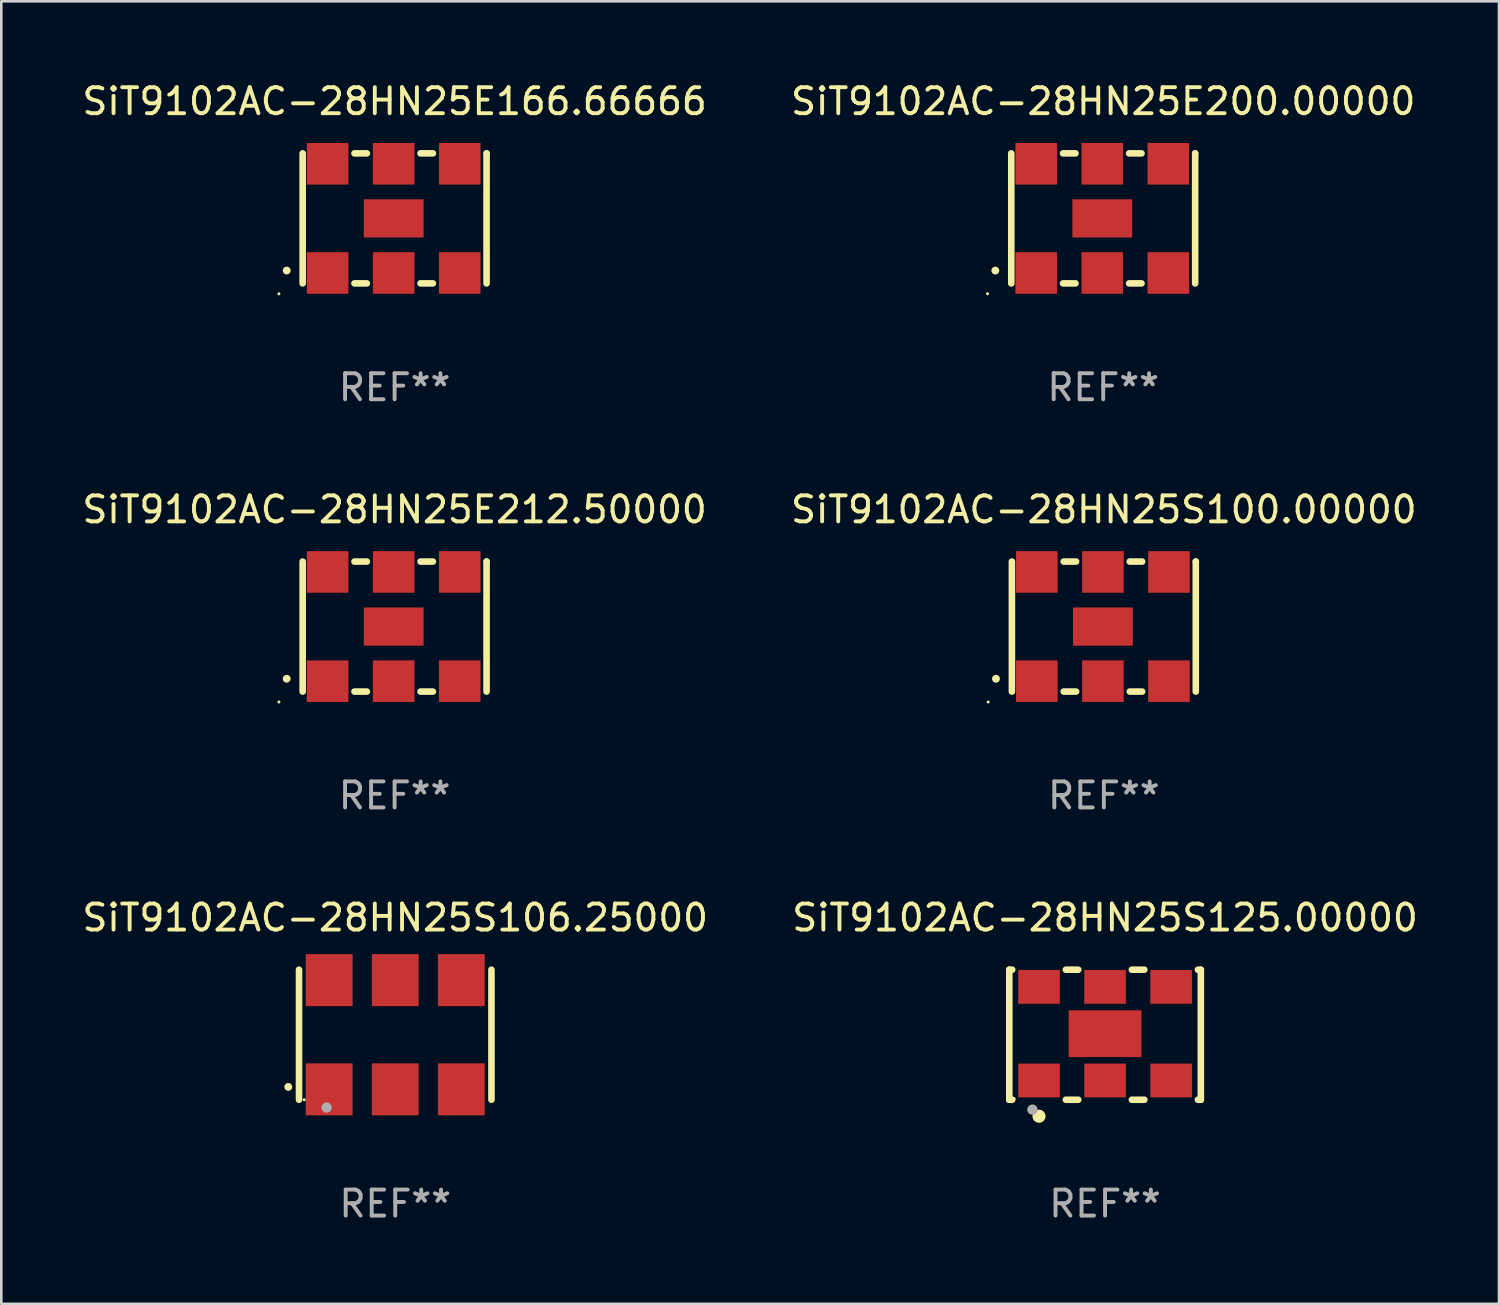
<source format=kicad_pcb>
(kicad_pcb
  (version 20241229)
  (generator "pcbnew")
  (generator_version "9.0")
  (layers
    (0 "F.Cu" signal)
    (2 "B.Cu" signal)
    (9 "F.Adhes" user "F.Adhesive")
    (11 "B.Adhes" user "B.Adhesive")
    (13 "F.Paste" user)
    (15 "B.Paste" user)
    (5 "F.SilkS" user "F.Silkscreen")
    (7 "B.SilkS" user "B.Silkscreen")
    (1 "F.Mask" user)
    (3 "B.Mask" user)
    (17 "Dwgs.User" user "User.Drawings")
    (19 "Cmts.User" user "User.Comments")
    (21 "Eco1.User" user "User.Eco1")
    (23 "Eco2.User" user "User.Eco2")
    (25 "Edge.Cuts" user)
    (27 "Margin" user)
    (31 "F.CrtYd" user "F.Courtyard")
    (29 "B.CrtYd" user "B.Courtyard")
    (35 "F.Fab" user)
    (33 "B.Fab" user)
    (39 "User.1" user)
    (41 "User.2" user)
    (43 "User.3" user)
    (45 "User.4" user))
  (footprint "SiT9102AC-28HN25S125.00000"
    (layer "F.Cu")
    (at 39.446 36.741)
    (property "Reference" "SiT9102AC-28HN25S125.00000" (at 0 -4.5 0) (layer "F.SilkS") (effects (font (size 1 1) (thickness 0.15))))
    (attr through_hole)
    (fp_line (start -3.683 -2.5) (end -3.571 -2.5) (stroke (width 0.254) (type solid)) (layer "F.SilkS"))
    (fp_line (start -3.683 2.5) (end -3.683 -2.5) (stroke (width 0.254) (type solid)) (layer "F.SilkS"))
    (fp_line (start -3.683 2.5) (end -3.571 2.5) (stroke (width 0.254) (type solid)) (layer "F.SilkS"))
    (fp_line (start -1.509 -2.5) (end -1.031 -2.5) (stroke (width 0.254) (type solid)) (layer "F.SilkS"))
    (fp_line (start -1.509 2.5) (end -1.031 2.5) (stroke (width 0.254) (type solid)) (layer "F.SilkS"))
    (fp_line (start 1.031 -2.5) (end 1.509 -2.5) (stroke (width 0.254) (type solid)) (layer "F.SilkS"))
    (fp_line (start 1.031 2.5) (end 1.509 2.5) (stroke (width 0.254) (type solid)) (layer "F.SilkS"))
    (fp_line (start 3.571 -2.5) (end 3.683 -2.5) (stroke (width 0.254) (type solid)) (layer "F.SilkS"))
    (fp_line (start 3.571 2.5) (end 3.683 2.5) (stroke (width 0.254) (type solid)) (layer "F.SilkS"))
    (fp_line (start 3.683 2.5) (end 3.683 -2.5) (stroke (width 0.254) (type solid)) (layer "F.SilkS"))
    (fp_circle (center -3.5 2.46) (end -3.47 2.46) (stroke (width 0.06) (type solid)) (fill no) (layer "F.SilkS"))
    (fp_circle (center -2.54 3.135) (end -2.413 3.135) (stroke (width 0.254) (type solid)) (fill no) (layer "F.SilkS"))
    (fp_circle (center -2.794 2.881) (end -2.694 2.881) (stroke (width 0.2) (type solid)) (fill no) (layer "F.Fab"))
    (fp_text user "REF**" (at 0 6.5 0) (layer "F.Fab") (effects (font (size 1 1) (thickness 0.15))))
    (pad "1" smd rect (at -2.54 1.76) (size 1.6 1.3) (layers "F.Cu" "F.Mask" "F.Paste"))
    (pad "2" smd rect (at 0 1.76) (size 1.6 1.3) (layers "F.Cu" "F.Mask" "F.Paste"))
    (pad "3" smd rect (at 2.54 1.76) (size 1.6 1.3) (layers "F.Cu" "F.Mask" "F.Paste"))
    (pad "4" smd rect (at 2.54 -1.84) (size 1.6 1.3) (layers "F.Cu" "F.Mask" "F.Paste"))
    (pad "5" smd rect (at 0 -1.84) (size 1.6 1.3) (layers "F.Cu" "F.Mask" "F.Paste"))
    (pad "6" smd rect (at -2.54 -1.84) (size 1.6 1.3) (layers "F.Cu" "F.Mask" "F.Paste"))
    (pad "7" smd rect (at 0 -0.04) (size 2.8 1.8) (layers "F.Cu" "F.Mask" "F.Paste")))
  (footprint "SiT9102AC-28HN25S106.25000"
    (layer "F.Cu")
    (at 12.149 36.741)
    (property "Reference" "SiT9102AC-28HN25S106.25000" (at 0 -4.5 0) (layer "F.SilkS") (effects (font (size 1 1) (thickness 0.15))))
    (attr through_hole)
    (fp_line (start -3.7 -2.5) (end -3.7 2.5) (stroke (width 0.254) (type solid)) (layer "F.SilkS"))
    (fp_line (start 3.7 -2.5) (end 3.7 2.5) (stroke (width 0.254) (type solid)) (layer "F.SilkS"))
    (fp_arc (start -4.114415 2.006604) (mid -4.113145 2.006599) (end -4.111875 2.006604) (stroke (width 0.3) (type solid)) (layer "F.SilkS"))
    (fp_circle (center -3.5 2.501) (end -3.47 2.501) (stroke (width 0.06) (type solid)) (fill no) (layer "F.SilkS"))
    (fp_circle (center -2.641 2.799) (end -2.541 2.799) (stroke (width 0.2) (type solid)) (fill no) (layer "F.Fab"))
    (fp_text user "REF**" (at 0 6.5 0) (layer "F.Fab") (effects (font (size 1 1) (thickness 0.15))))
    (pad "1" smd rect (at -2.54 2.1) (size 1.8 2) (layers "F.Cu" "F.Mask" "F.Paste"))
    (pad "2" smd rect (at 0.000394 2.1) (size 1.8 2) (layers "F.Cu" "F.Mask" "F.Paste"))
    (pad "3" smd rect (at 2.54 2.1) (size 1.8 2) (layers "F.Cu" "F.Mask" "F.Paste"))
    (pad "4" smd rect (at 2.54 -2.1) (size 1.8 2) (layers "F.Cu" "F.Mask" "F.Paste"))
    (pad "5" smd rect (at 0.000394 -2.1) (size 1.8 2) (layers "F.Cu" "F.Mask" "F.Paste"))
    (pad "6" smd rect (at -2.54 -2.1) (size 1.8 2) (layers "F.Cu" "F.Mask" "F.Paste")))
  (footprint "SiT9102AC-28HN25E212.50000"
    (layer "F.Cu")
    (at 12.125 21.045)
    (property "Reference" "SiT9102AC-28HN25E212.50000" (at 0 -4.5 0) (layer "F.SilkS") (effects (font (size 1 1) (thickness 0.15))))
    (attr through_hole)
    (fp_line (start -3.536 -2.5) (end -3.536 2.5) (stroke (width 0.254) (type solid)) (layer "F.SilkS"))
    (fp_line (start -1.544 2.5) (end -1.067 2.5) (stroke (width 0.254) (type solid)) (layer "F.SilkS"))
    (fp_line (start -1.067 -2.5) (end -1.544 -2.5) (stroke (width 0.254) (type solid)) (layer "F.SilkS"))
    (fp_line (start 0.996 2.5) (end 1.473 2.5) (stroke (width 0.254) (type solid)) (layer "F.SilkS"))
    (fp_line (start 1.473 -2.5) (end 0.996 -2.5) (stroke (width 0.254) (type solid)) (layer "F.SilkS"))
    (fp_line (start 3.536 -2.5) (end 3.536 -2.5) (stroke (width 0.254) (type solid)) (layer "F.SilkS"))
    (fp_line (start 3.536 2.5) (end 3.536 -2.5) (stroke (width 0.254) (type solid)) (layer "F.SilkS"))
    (fp_arc (start -4.150432 2.006604) (mid -4.149162 2.006599) (end -4.147892 2.006604) (stroke (width 0.3) (type solid)) (layer "F.SilkS"))
    (fp_circle (center -4.449 2.9) (end -4.419 2.9) (stroke (width 0.06) (type solid)) (fill no) (layer "F.SilkS"))
    (fp_text user "REF**" (at 0 6.5 0) (layer "F.Fab") (effects (font (size 1 1) (thickness 0.15))))
    (pad "1" smd rect (at -2.576 2.1) (size 1.6 1.6) (layers "F.Cu" "F.Mask" "F.Paste"))
    (pad "2" smd rect (at -0.036 2.1) (size 1.6 1.6) (layers "F.Cu" "F.Mask" "F.Paste"))
    (pad "3" smd rect (at 2.504 2.1) (size 1.6 1.6) (layers "F.Cu" "F.Mask" "F.Paste"))
    (pad "4" smd rect (at 2.504 -2.1) (size 1.6 1.6) (layers "F.Cu" "F.Mask" "F.Paste"))
    (pad "5" smd rect (at -0.036 -2.1) (size 1.6 1.6) (layers "F.Cu" "F.Mask" "F.Paste"))
    (pad "6" smd rect (at -2.576 -2.1) (size 1.6 1.6) (layers "F.Cu" "F.Mask" "F.Paste"))
    (pad "7" smd rect (at -0.036 0) (size 2.3 1.47) (layers "F.Cu" "F.Mask" "F.Paste")))
  (footprint "SiT9102AC-28HN25E200.00000"
    (layer "F.Cu")
    (at 39.375 5.348)
    (property "Reference" "SiT9102AC-28HN25E200.00000" (at 0 -4.5 0) (layer "F.SilkS") (effects (font (size 1 1) (thickness 0.15))))
    (attr through_hole)
    (fp_line (start -3.536 -2.5) (end -3.536 2.5) (stroke (width 0.254) (type solid)) (layer "F.SilkS"))
    (fp_line (start -1.544 2.5) (end -1.067 2.5) (stroke (width 0.254) (type solid)) (layer "F.SilkS"))
    (fp_line (start -1.067 -2.5) (end -1.544 -2.5) (stroke (width 0.254) (type solid)) (layer "F.SilkS"))
    (fp_line (start 0.996 2.5) (end 1.473 2.5) (stroke (width 0.254) (type solid)) (layer "F.SilkS"))
    (fp_line (start 1.473 -2.5) (end 0.996 -2.5) (stroke (width 0.254) (type solid)) (layer "F.SilkS"))
    (fp_line (start 3.536 -2.5) (end 3.536 -2.5) (stroke (width 0.254) (type solid)) (layer "F.SilkS"))
    (fp_line (start 3.536 2.5) (end 3.536 -2.5) (stroke (width 0.254) (type solid)) (layer "F.SilkS"))
    (fp_arc (start -4.150432 2.006604) (mid -4.149162 2.006599) (end -4.147892 2.006604) (stroke (width 0.3) (type solid)) (layer "F.SilkS"))
    (fp_circle (center -4.449 2.9) (end -4.419 2.9) (stroke (width 0.06) (type solid)) (fill no) (layer "F.SilkS"))
    (fp_text user "REF**" (at 0 6.5 0) (layer "F.Fab") (effects (font (size 1 1) (thickness 0.15))))
    (pad "1" smd rect (at -2.576 2.1) (size 1.6 1.6) (layers "F.Cu" "F.Mask" "F.Paste"))
    (pad "2" smd rect (at -0.036 2.1) (size 1.6 1.6) (layers "F.Cu" "F.Mask" "F.Paste"))
    (pad "3" smd rect (at 2.504 2.1) (size 1.6 1.6) (layers "F.Cu" "F.Mask" "F.Paste"))
    (pad "4" smd rect (at 2.504 -2.1) (size 1.6 1.6) (layers "F.Cu" "F.Mask" "F.Paste"))
    (pad "5" smd rect (at -0.036 -2.1) (size 1.6 1.6) (layers "F.Cu" "F.Mask" "F.Paste"))
    (pad "6" smd rect (at -2.576 -2.1) (size 1.6 1.6) (layers "F.Cu" "F.Mask" "F.Paste"))
    (pad "7" smd rect (at -0.036 0) (size 2.3 1.47) (layers "F.Cu" "F.Mask" "F.Paste")))
  (footprint "SiT9102AC-28HN25S100.00000"
    (layer "F.Cu")
    (at 39.399 21.045)
    (property "Reference" "SiT9102AC-28HN25S100.00000" (at 0 -4.5 0) (layer "F.SilkS") (effects (font (size 1 1) (thickness 0.15))))
    (attr through_hole)
    (fp_line (start -3.536 -2.5) (end -3.536 2.5) (stroke (width 0.254) (type solid)) (layer "F.SilkS"))
    (fp_line (start -1.544 2.5) (end -1.067 2.5) (stroke (width 0.254) (type solid)) (layer "F.SilkS"))
    (fp_line (start -1.067 -2.5) (end -1.544 -2.5) (stroke (width 0.254) (type solid)) (layer "F.SilkS"))
    (fp_line (start 0.996 2.5) (end 1.473 2.5) (stroke (width 0.254) (type solid)) (layer "F.SilkS"))
    (fp_line (start 1.473 -2.5) (end 0.996 -2.5) (stroke (width 0.254) (type solid)) (layer "F.SilkS"))
    (fp_line (start 3.536 -2.5) (end 3.536 -2.5) (stroke (width 0.254) (type solid)) (layer "F.SilkS"))
    (fp_line (start 3.536 2.5) (end 3.536 -2.5) (stroke (width 0.254) (type solid)) (layer "F.SilkS"))
    (fp_arc (start -4.150432 2.006604) (mid -4.149162 2.006599) (end -4.147892 2.006604) (stroke (width 0.3) (type solid)) (layer "F.SilkS"))
    (fp_circle (center -4.449 2.9) (end -4.419 2.9) (stroke (width 0.06) (type solid)) (fill no) (layer "F.SilkS"))
    (fp_text user "REF**" (at 0 6.5 0) (layer "F.Fab") (effects (font (size 1 1) (thickness 0.15))))
    (pad "1" smd rect (at -2.576 2.1) (size 1.6 1.6) (layers "F.Cu" "F.Mask" "F.Paste"))
    (pad "2" smd rect (at -0.036 2.1) (size 1.6 1.6) (layers "F.Cu" "F.Mask" "F.Paste"))
    (pad "3" smd rect (at 2.504 2.1) (size 1.6 1.6) (layers "F.Cu" "F.Mask" "F.Paste"))
    (pad "4" smd rect (at 2.504 -2.1) (size 1.6 1.6) (layers "F.Cu" "F.Mask" "F.Paste"))
    (pad "5" smd rect (at -0.036 -2.1) (size 1.6 1.6) (layers "F.Cu" "F.Mask" "F.Paste"))
    (pad "6" smd rect (at -2.576 -2.1) (size 1.6 1.6) (layers "F.Cu" "F.Mask" "F.Paste"))
    (pad "7" smd rect (at -0.036 0) (size 2.3 1.47) (layers "F.Cu" "F.Mask" "F.Paste")))
  (footprint "SiT9102AC-28HN25E166.66666"
    (layer "F.Cu")
    (at 12.125 5.348)
    (property "Reference" "SiT9102AC-28HN25E166.66666" (at 0 -4.5 0) (layer "F.SilkS") (effects (font (size 1 1) (thickness 0.15))))
    (attr through_hole)
    (fp_line (start -3.536 -2.5) (end -3.536 2.5) (stroke (width 0.254) (type solid)) (layer "F.SilkS"))
    (fp_line (start -1.544 2.5) (end -1.067 2.5) (stroke (width 0.254) (type solid)) (layer "F.SilkS"))
    (fp_line (start -1.067 -2.5) (end -1.544 -2.5) (stroke (width 0.254) (type solid)) (layer "F.SilkS"))
    (fp_line (start 0.996 2.5) (end 1.473 2.5) (stroke (width 0.254) (type solid)) (layer "F.SilkS"))
    (fp_line (start 1.473 -2.5) (end 0.996 -2.5) (stroke (width 0.254) (type solid)) (layer "F.SilkS"))
    (fp_line (start 3.536 -2.5) (end 3.536 -2.5) (stroke (width 0.254) (type solid)) (layer "F.SilkS"))
    (fp_line (start 3.536 2.5) (end 3.536 -2.5) (stroke (width 0.254) (type solid)) (layer "F.SilkS"))
    (fp_arc (start -4.150432 2.006604) (mid -4.149162 2.006599) (end -4.147892 2.006604) (stroke (width 0.3) (type solid)) (layer "F.SilkS"))
    (fp_circle (center -4.449 2.9) (end -4.419 2.9) (stroke (width 0.06) (type solid)) (fill no) (layer "F.SilkS"))
    (fp_text user "REF**" (at 0 6.5 0) (layer "F.Fab") (effects (font (size 1 1) (thickness 0.15))))
    (pad "1" smd rect (at -2.576 2.1) (size 1.6 1.6) (layers "F.Cu" "F.Mask" "F.Paste"))
    (pad "2" smd rect (at -0.036 2.1) (size 1.6 1.6) (layers "F.Cu" "F.Mask" "F.Paste"))
    (pad "3" smd rect (at 2.504 2.1) (size 1.6 1.6) (layers "F.Cu" "F.Mask" "F.Paste"))
    (pad "4" smd rect (at 2.504 -2.1) (size 1.6 1.6) (layers "F.Cu" "F.Mask" "F.Paste"))
    (pad "5" smd rect (at -0.036 -2.1) (size 1.6 1.6) (layers "F.Cu" "F.Mask" "F.Paste"))
    (pad "6" smd rect (at -2.576 -2.1) (size 1.6 1.6) (layers "F.Cu" "F.Mask" "F.Paste"))
    (pad "7" smd rect (at -0.036 0) (size 2.3 1.47) (layers "F.Cu" "F.Mask" "F.Paste")))
  (gr_rect
    (start -3 -3)
    (end 54.595 47.09)
    (stroke (width 0.1) (type default))
    (fill no)
    (layer "Edge.Cuts")))
</source>
